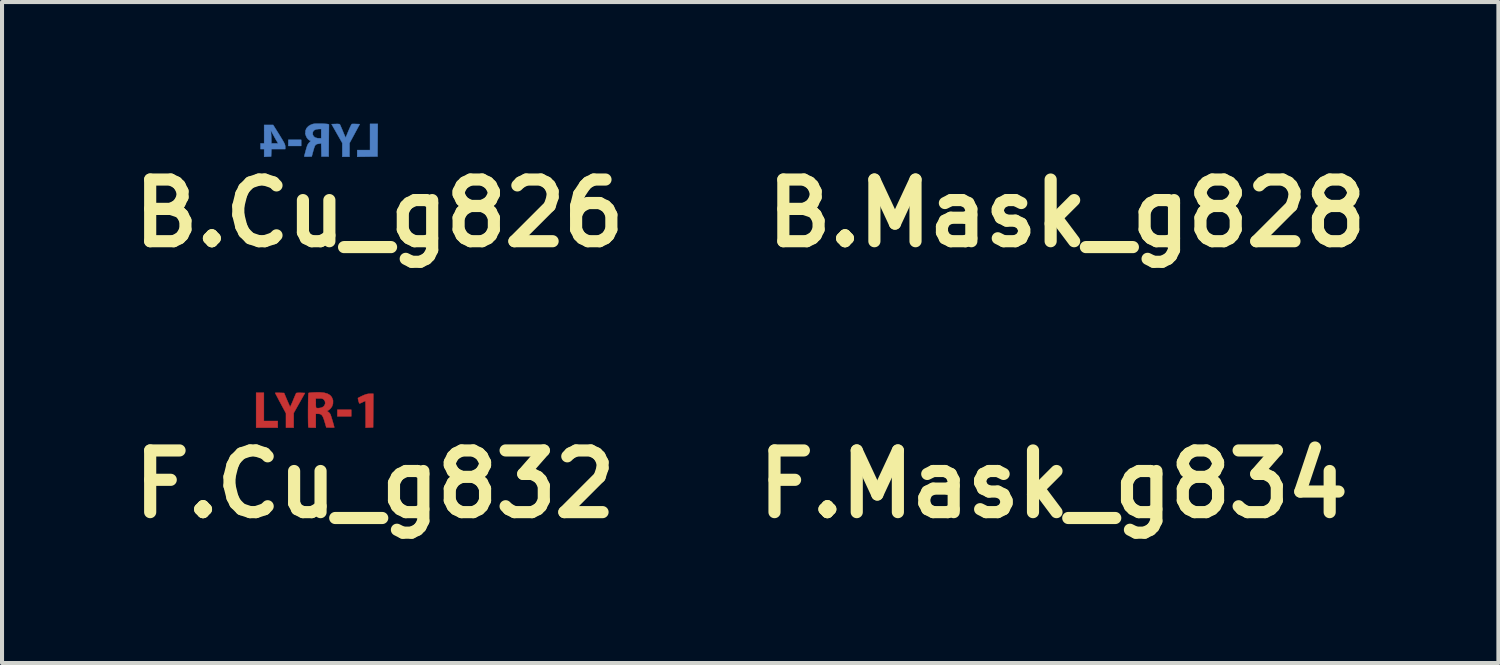
<source format=kicad_pcb>
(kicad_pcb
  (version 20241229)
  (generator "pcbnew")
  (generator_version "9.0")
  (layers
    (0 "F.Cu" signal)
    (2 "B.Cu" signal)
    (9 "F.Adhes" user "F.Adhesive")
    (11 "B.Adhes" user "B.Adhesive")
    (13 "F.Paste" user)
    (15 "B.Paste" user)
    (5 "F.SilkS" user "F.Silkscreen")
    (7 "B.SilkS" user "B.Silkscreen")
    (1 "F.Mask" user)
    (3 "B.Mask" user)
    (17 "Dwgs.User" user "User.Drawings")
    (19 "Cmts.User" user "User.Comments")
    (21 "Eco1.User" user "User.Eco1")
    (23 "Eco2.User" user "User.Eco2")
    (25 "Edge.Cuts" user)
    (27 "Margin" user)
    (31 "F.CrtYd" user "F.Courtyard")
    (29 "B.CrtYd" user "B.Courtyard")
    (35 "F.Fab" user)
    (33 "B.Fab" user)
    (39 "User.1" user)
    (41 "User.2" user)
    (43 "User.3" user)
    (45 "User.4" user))
  (footprint "B.Cu_g826"
    (layer "F.Cu")
    (at 6.321 2.22)
    (property "Reference" "B.Cu_g826" (at 0 0 0) (layer "F.SilkS") (effects (font (size 1.524 1.524) (thickness 0.3))))
    (attr through_hole)
    (fp_poly (pts (xy -1.93 -1.664) (xy -2.248 -1.664) (xy -2.248 -1.816) (xy -1.93 -1.816) (xy -1.93 -1.664)) (stroke (width 0.01) (type solid)) (fill yes) (layer "B.Cu"))
    (fp_poly (pts (xy -0.044 -1.403) (xy -0.546 -1.396) (xy -0.546 -1.562) (xy -0.229 -1.562) (xy -0.229 -2.21) (xy -0.038 -2.21) (xy -0.044 -1.403)) (stroke (width 0.01) (type solid)) (fill yes) (layer "B.Cu"))
    (fp_poly (pts (xy -2.623 -2.184) (xy -2.473 -1.944) (xy -2.424 -1.864) (xy -2.387 -1.803) (xy -2.36 -1.756) (xy -2.342 -1.721) (xy -2.331 -1.693) (xy -2.326 -1.671) (xy -2.324 -1.65) (xy -2.324 -1.646) (xy -2.324 -1.587) (xy -2.666 -1.587) (xy -2.673 -1.403) (xy -2.845 -1.396) (xy -2.845 -1.587) (xy -2.934 -1.587) (xy -2.934 -1.727) (xy -2.845 -1.727) (xy -2.845 -2.051) (xy -2.681 -2.051) (xy -2.674 -1.962) (xy -2.67 -1.903) (xy -2.668 -1.841) (xy -2.667 -1.8) (xy -2.667 -1.727) (xy -2.499 -1.727) (xy -2.535 -1.788) (xy -2.559 -1.828) (xy -2.588 -1.88) (xy -2.619 -1.936) (xy -2.626 -1.949) (xy -2.681 -2.051) (xy -2.845 -2.051) (xy -2.845 -2.184) (xy -2.623 -2.184)) (stroke (width 0.01) (type solid)) (fill yes) (layer "B.Cu"))
    (fp_poly (pts (xy -0.576 -2.207) (xy -0.574 -2.207) (xy -0.483 -2.203) (xy -0.609 -1.968) (xy -0.736 -1.734) (xy -0.736 -1.565) (xy -0.737 -1.397) (xy -0.914 -1.397) (xy -0.914 -1.737) (xy -1.047 -1.97) (xy -1.179 -2.203) (xy -1.083 -2.207) (xy -1.035 -2.208) (xy -0.998 -2.206) (xy -0.978 -2.202) (xy -0.977 -2.201) (xy -0.969 -2.186) (xy -0.954 -2.152) (xy -0.933 -2.104) (xy -0.908 -2.046) (xy -0.901 -2.029) (xy -0.877 -1.97) (xy -0.856 -1.922) (xy -0.841 -1.887) (xy -0.832 -1.871) (xy -0.831 -1.87) (xy -0.826 -1.882) (xy -0.812 -1.914) (xy -0.793 -1.96) (xy -0.77 -2.017) (xy -0.762 -2.036) (xy -0.736 -2.096) (xy -0.713 -2.147) (xy -0.694 -2.184) (xy -0.682 -2.203) (xy -0.68 -2.205) (xy -0.66 -2.208) (xy -0.623 -2.208) (xy -0.576 -2.207)) (stroke (width 0.01) (type solid)) (fill yes) (layer "B.Cu"))
    (fp_poly (pts (xy -1.467 -2.215) (xy -1.402 -2.214) (xy -1.345 -2.211) (xy -1.3 -2.208) (xy -1.274 -2.205) (xy -1.273 -2.204) (xy -1.244 -2.195) (xy -1.248 -1.799) (xy -1.251 -1.403) (xy -1.429 -1.403) (xy -1.432 -1.566) (xy -1.436 -1.729) (xy -1.489 -1.72) (xy -1.527 -1.714) (xy -1.554 -1.705) (xy -1.575 -1.69) (xy -1.592 -1.665) (xy -1.607 -1.627) (xy -1.624 -1.571) (xy -1.641 -1.511) (xy -1.67 -1.403) (xy -1.762 -1.4) (xy -1.807 -1.399) (xy -1.839 -1.401) (xy -1.854 -1.405) (xy -1.854 -1.406) (xy -1.851 -1.422) (xy -1.842 -1.456) (xy -1.829 -1.505) (xy -1.814 -1.56) (xy -1.795 -1.628) (xy -1.778 -1.676) (xy -1.761 -1.71) (xy -1.742 -1.736) (xy -1.733 -1.746) (xy -1.691 -1.788) (xy -1.721 -1.801) (xy -1.762 -1.832) (xy -1.797 -1.88) (xy -1.82 -1.937) (xy -1.826 -1.968) (xy -1.826 -1.969) (xy -1.648 -1.969) (xy -1.645 -1.949) (xy -1.625 -1.904) (xy -1.585 -1.872) (xy -1.527 -1.856) (xy -1.495 -1.854) (xy -1.435 -1.854) (xy -1.435 -2.083) (xy -1.491 -2.083) (xy -1.56 -2.075) (xy -1.609 -2.053) (xy -1.639 -2.017) (xy -1.648 -1.969) (xy -1.826 -1.969) (xy -1.823 -2.042) (xy -1.797 -2.104) (xy -1.749 -2.154) (xy -1.704 -2.181) (xy -1.673 -2.195) (xy -1.645 -2.205) (xy -1.615 -2.211) (xy -1.577 -2.214) (xy -1.524 -2.215) (xy -1.467 -2.215)) (stroke (width 0.01) (type solid)) (fill yes) (layer "B.Cu")))
  (footprint "F.Mask_g834"
    (layer "F.Cu")
    (at 22.979 8.913)
    (property "Reference" "F.Mask_g834" (at 0 0 0) (layer "F.SilkS") (effects (font (size 1.524 1.524) (thickness 0.3))))
    (attr through_hole)
    (fp_poly (pts (xy -0.584 -1.676) (xy -0.927 -1.676) (xy -0.927 -1.841) (xy -0.584 -1.841) (xy -0.584 -1.676)) (stroke (width 0.01) (type solid)) (fill yes) (layer "F.Mask"))
    (fp_poly (pts (xy -2.743 -1.562) (xy -2.4 -1.562) (xy -2.4 -1.397) (xy -2.934 -1.397) (xy -2.934 -2.261) (xy -2.743 -2.261) (xy -2.743 -1.562)) (stroke (width 0.01) (type solid)) (fill yes) (layer "F.Mask"))
    (fp_poly (pts (xy -0.041 -1.819) (xy -0.044 -1.403) (xy -0.229 -1.396) (xy -0.229 -1.727) (xy -0.229 -1.815) (xy -0.23 -1.895) (xy -0.231 -1.962) (xy -0.232 -2.014) (xy -0.234 -2.047) (xy -0.235 -2.057) (xy -0.25 -2.052) (xy -0.279 -2.038) (xy -0.305 -2.026) (xy -0.342 -2.008) (xy -0.37 -1.997) (xy -0.38 -1.994) (xy -0.387 -2.005) (xy -0.398 -2.032) (xy -0.408 -2.068) (xy -0.416 -2.103) (xy -0.419 -2.128) (xy -0.408 -2.135) (xy -0.379 -2.151) (xy -0.338 -2.171) (xy -0.309 -2.185) (xy -0.251 -2.21) (xy -0.206 -2.225) (xy -0.165 -2.233) (xy -0.121 -2.235) (xy -0.119 -2.235) (xy -0.038 -2.235) (xy -0.041 -1.819)) (stroke (width 0.01) (type solid)) (fill yes) (layer "F.Mask"))
    (fp_poly (pts (xy -2.376 -2.259) (xy -2.354 -2.258) (xy -2.243 -2.254) (xy -2.173 -2.087) (xy -2.147 -2.027) (xy -2.124 -1.975) (xy -2.107 -1.936) (xy -2.096 -1.915) (xy -2.095 -1.913) (xy -2.088 -1.921) (xy -2.074 -1.95) (xy -2.054 -1.993) (xy -2.03 -2.049) (xy -2.02 -2.074) (xy -1.995 -2.135) (xy -1.973 -2.187) (xy -1.956 -2.227) (xy -1.945 -2.249) (xy -1.943 -2.252) (xy -1.927 -2.256) (xy -1.892 -2.258) (xy -1.846 -2.258) (xy -1.831 -2.258) (xy -1.727 -2.254) (xy -2.006 -1.759) (xy -2.006 -1.578) (xy -2.007 -1.397) (xy -2.197 -1.397) (xy -2.197 -1.752) (xy -2.33 -2.001) (xy -2.369 -2.073) (xy -2.403 -2.138) (xy -2.431 -2.192) (xy -2.452 -2.231) (xy -2.463 -2.253) (xy -2.464 -2.256) (xy -2.452 -2.258) (xy -2.421 -2.259) (xy -2.376 -2.259)) (stroke (width 0.01) (type solid)) (fill yes) (layer "F.Mask"))
    (fp_poly (pts (xy -1.255 -2.26) (xy -1.172 -2.237) (xy -1.109 -2.201) (xy -1.066 -2.152) (xy -1.04 -2.09) (xy -1.034 -2.064) (xy -1.036 -1.99) (xy -1.059 -1.921) (xy -1.103 -1.862) (xy -1.146 -1.829) (xy -1.182 -1.807) (xy -1.15 -1.786) (xy -1.12 -1.758) (xy -1.1 -1.73) (xy -1.092 -1.708) (xy -1.079 -1.669) (xy -1.063 -1.618) (xy -1.046 -1.562) (xy -1.03 -1.507) (xy -1.016 -1.457) (xy -1.007 -1.421) (xy -1.003 -1.403) (xy -1.015 -1.4) (xy -1.046 -1.399) (xy -1.09 -1.399) (xy -1.102 -1.4) (xy -1.2 -1.403) (xy -1.241 -1.543) (xy -1.265 -1.619) (xy -1.288 -1.673) (xy -1.312 -1.708) (xy -1.34 -1.729) (xy -1.376 -1.738) (xy -1.404 -1.74) (xy -1.46 -1.74) (xy -1.46 -1.397) (xy -1.547 -1.397) (xy -1.592 -1.398) (xy -1.626 -1.401) (xy -1.643 -1.405) (xy -1.643 -1.405) (xy -1.645 -1.42) (xy -1.647 -1.457) (xy -1.649 -1.512) (xy -1.65 -1.58) (xy -1.651 -1.66) (xy -1.651 -1.746) (xy -1.651 -1.836) (xy -1.65 -1.926) (xy -1.649 -2.012) (xy -1.648 -2.09) (xy -1.647 -2.121) (xy -1.46 -2.121) (xy -1.46 -2.009) (xy -1.46 -1.958) (xy -1.457 -1.917) (xy -1.454 -1.892) (xy -1.452 -1.888) (xy -1.431 -1.881) (xy -1.394 -1.88) (xy -1.348 -1.886) (xy -1.318 -1.893) (xy -1.272 -1.916) (xy -1.242 -1.954) (xy -1.227 -1.998) (xy -1.232 -2.044) (xy -1.256 -2.085) (xy -1.263 -2.092) (xy -1.288 -2.109) (xy -1.318 -2.118) (xy -1.362 -2.121) (xy -1.379 -2.121) (xy -1.46 -2.121) (xy -1.647 -2.121) (xy -1.646 -2.157) (xy -1.644 -2.209) (xy -1.641 -2.242) (xy -1.639 -2.254) (xy -1.622 -2.258) (xy -1.585 -2.262) (xy -1.534 -2.266) (xy -1.483 -2.269) (xy -1.358 -2.27) (xy -1.255 -2.26)) (stroke (width 0.01) (type solid)) (fill yes) (layer "F.Mask")))
  (footprint "F.Cu_g832"
    (layer "F.Cu")
    (at 6.212 8.913)
    (property "Reference" "F.Cu_g832" (at 0 0 0) (layer "F.SilkS") (effects (font (size 1.524 1.524) (thickness 0.3))))
    (attr through_hole)
    (fp_poly (pts (xy -0.584 -1.676) (xy -0.927 -1.676) (xy -0.927 -1.841) (xy -0.584 -1.841) (xy -0.584 -1.676)) (stroke (width 0.01) (type solid)) (fill yes) (layer "F.Cu"))
    (fp_poly (pts (xy -2.743 -1.562) (xy -2.4 -1.562) (xy -2.4 -1.397) (xy -2.934 -1.397) (xy -2.934 -2.261) (xy -2.743 -2.261) (xy -2.743 -1.562)) (stroke (width 0.01) (type solid)) (fill yes) (layer "F.Cu"))
    (fp_poly (pts (xy -0.041 -1.819) (xy -0.044 -1.403) (xy -0.229 -1.396) (xy -0.229 -1.727) (xy -0.229 -1.815) (xy -0.23 -1.895) (xy -0.231 -1.962) (xy -0.232 -2.014) (xy -0.234 -2.047) (xy -0.235 -2.057) (xy -0.25 -2.052) (xy -0.279 -2.038) (xy -0.305 -2.026) (xy -0.342 -2.008) (xy -0.37 -1.997) (xy -0.38 -1.994) (xy -0.387 -2.005) (xy -0.398 -2.032) (xy -0.408 -2.068) (xy -0.416 -2.103) (xy -0.419 -2.128) (xy -0.408 -2.135) (xy -0.379 -2.151) (xy -0.338 -2.171) (xy -0.309 -2.185) (xy -0.251 -2.21) (xy -0.206 -2.225) (xy -0.165 -2.233) (xy -0.121 -2.235) (xy -0.119 -2.235) (xy -0.038 -2.235) (xy -0.041 -1.819)) (stroke (width 0.01) (type solid)) (fill yes) (layer "F.Cu"))
    (fp_poly (pts (xy -2.376 -2.259) (xy -2.354 -2.258) (xy -2.243 -2.254) (xy -2.173 -2.087) (xy -2.147 -2.027) (xy -2.124 -1.975) (xy -2.107 -1.936) (xy -2.096 -1.915) (xy -2.095 -1.913) (xy -2.088 -1.921) (xy -2.074 -1.95) (xy -2.054 -1.993) (xy -2.03 -2.049) (xy -2.02 -2.074) (xy -1.995 -2.135) (xy -1.973 -2.187) (xy -1.956 -2.227) (xy -1.945 -2.249) (xy -1.943 -2.252) (xy -1.927 -2.256) (xy -1.892 -2.258) (xy -1.846 -2.258) (xy -1.831 -2.258) (xy -1.727 -2.254) (xy -2.006 -1.759) (xy -2.006 -1.578) (xy -2.007 -1.397) (xy -2.197 -1.397) (xy -2.197 -1.752) (xy -2.33 -2.001) (xy -2.369 -2.073) (xy -2.403 -2.138) (xy -2.431 -2.192) (xy -2.452 -2.231) (xy -2.463 -2.253) (xy -2.464 -2.256) (xy -2.452 -2.258) (xy -2.421 -2.259) (xy -2.376 -2.259)) (stroke (width 0.01) (type solid)) (fill yes) (layer "F.Cu"))
    (fp_poly (pts (xy -1.255 -2.26) (xy -1.172 -2.237) (xy -1.109 -2.201) (xy -1.066 -2.152) (xy -1.04 -2.09) (xy -1.034 -2.064) (xy -1.036 -1.99) (xy -1.059 -1.921) (xy -1.103 -1.862) (xy -1.146 -1.829) (xy -1.182 -1.807) (xy -1.15 -1.786) (xy -1.12 -1.758) (xy -1.1 -1.73) (xy -1.092 -1.708) (xy -1.079 -1.669) (xy -1.063 -1.618) (xy -1.046 -1.562) (xy -1.03 -1.507) (xy -1.016 -1.457) (xy -1.007 -1.421) (xy -1.003 -1.403) (xy -1.015 -1.4) (xy -1.046 -1.399) (xy -1.09 -1.399) (xy -1.102 -1.4) (xy -1.2 -1.403) (xy -1.241 -1.543) (xy -1.265 -1.619) (xy -1.288 -1.673) (xy -1.312 -1.708) (xy -1.34 -1.729) (xy -1.376 -1.738) (xy -1.404 -1.74) (xy -1.46 -1.74) (xy -1.46 -1.397) (xy -1.547 -1.397) (xy -1.592 -1.398) (xy -1.626 -1.401) (xy -1.643 -1.405) (xy -1.643 -1.405) (xy -1.645 -1.42) (xy -1.647 -1.457) (xy -1.649 -1.512) (xy -1.65 -1.58) (xy -1.651 -1.66) (xy -1.651 -1.746) (xy -1.651 -1.836) (xy -1.65 -1.926) (xy -1.649 -2.012) (xy -1.648 -2.09) (xy -1.647 -2.121) (xy -1.46 -2.121) (xy -1.46 -2.009) (xy -1.46 -1.958) (xy -1.457 -1.917) (xy -1.454 -1.892) (xy -1.452 -1.888) (xy -1.431 -1.881) (xy -1.394 -1.88) (xy -1.348 -1.886) (xy -1.318 -1.893) (xy -1.272 -1.916) (xy -1.242 -1.954) (xy -1.227 -1.998) (xy -1.232 -2.044) (xy -1.256 -2.085) (xy -1.263 -2.092) (xy -1.288 -2.109) (xy -1.318 -2.118) (xy -1.362 -2.121) (xy -1.379 -2.121) (xy -1.46 -2.121) (xy -1.647 -2.121) (xy -1.646 -2.157) (xy -1.644 -2.209) (xy -1.641 -2.242) (xy -1.639 -2.254) (xy -1.622 -2.258) (xy -1.585 -2.262) (xy -1.534 -2.266) (xy -1.483 -2.269) (xy -1.358 -2.27) (xy -1.255 -2.26)) (stroke (width 0.01) (type solid)) (fill yes) (layer "F.Cu")))
  (footprint "B.Mask_g828"
    (layer "F.Cu")
    (at 23.306 2.22)
    (property "Reference" "B.Mask_g828" (at 0 0 0) (layer "F.SilkS") (effects (font (size 1.524 1.524) (thickness 0.3))))
    (attr through_hole)
    (fp_poly (pts (xy -1.93 -1.664) (xy -2.248 -1.664) (xy -2.248 -1.816) (xy -1.93 -1.816) (xy -1.93 -1.664)) (stroke (width 0.01) (type solid)) (fill yes) (layer "B.Mask"))
    (fp_poly (pts (xy -0.044 -1.403) (xy -0.546 -1.396) (xy -0.546 -1.562) (xy -0.229 -1.562) (xy -0.229 -2.21) (xy -0.038 -2.21) (xy -0.044 -1.403)) (stroke (width 0.01) (type solid)) (fill yes) (layer "B.Mask"))
    (fp_poly (pts (xy -2.623 -2.184) (xy -2.473 -1.944) (xy -2.424 -1.864) (xy -2.387 -1.803) (xy -2.36 -1.756) (xy -2.342 -1.721) (xy -2.331 -1.693) (xy -2.326 -1.671) (xy -2.324 -1.65) (xy -2.324 -1.646) (xy -2.324 -1.587) (xy -2.666 -1.587) (xy -2.673 -1.403) (xy -2.845 -1.396) (xy -2.845 -1.587) (xy -2.934 -1.587) (xy -2.934 -1.727) (xy -2.845 -1.727) (xy -2.845 -2.051) (xy -2.681 -2.051) (xy -2.674 -1.962) (xy -2.67 -1.903) (xy -2.668 -1.841) (xy -2.667 -1.8) (xy -2.667 -1.727) (xy -2.499 -1.727) (xy -2.535 -1.788) (xy -2.559 -1.828) (xy -2.588 -1.88) (xy -2.619 -1.936) (xy -2.626 -1.949) (xy -2.681 -2.051) (xy -2.845 -2.051) (xy -2.845 -2.184) (xy -2.623 -2.184)) (stroke (width 0.01) (type solid)) (fill yes) (layer "B.Mask"))
    (fp_poly (pts (xy -0.576 -2.207) (xy -0.574 -2.207) (xy -0.483 -2.203) (xy -0.609 -1.968) (xy -0.736 -1.734) (xy -0.736 -1.565) (xy -0.737 -1.397) (xy -0.914 -1.397) (xy -0.914 -1.737) (xy -1.047 -1.97) (xy -1.179 -2.203) (xy -1.083 -2.207) (xy -1.035 -2.208) (xy -0.998 -2.206) (xy -0.978 -2.202) (xy -0.977 -2.201) (xy -0.969 -2.186) (xy -0.954 -2.152) (xy -0.933 -2.104) (xy -0.908 -2.046) (xy -0.901 -2.029) (xy -0.877 -1.97) (xy -0.856 -1.922) (xy -0.841 -1.887) (xy -0.832 -1.871) (xy -0.831 -1.87) (xy -0.826 -1.882) (xy -0.812 -1.914) (xy -0.793 -1.96) (xy -0.77 -2.017) (xy -0.762 -2.036) (xy -0.736 -2.096) (xy -0.713 -2.147) (xy -0.694 -2.184) (xy -0.682 -2.203) (xy -0.68 -2.205) (xy -0.66 -2.208) (xy -0.623 -2.208) (xy -0.576 -2.207)) (stroke (width 0.01) (type solid)) (fill yes) (layer "B.Mask"))
    (fp_poly (pts (xy -1.467 -2.215) (xy -1.402 -2.214) (xy -1.345 -2.211) (xy -1.3 -2.208) (xy -1.274 -2.205) (xy -1.273 -2.204) (xy -1.244 -2.195) (xy -1.248 -1.799) (xy -1.251 -1.403) (xy -1.429 -1.403) (xy -1.432 -1.566) (xy -1.436 -1.729) (xy -1.489 -1.72) (xy -1.527 -1.714) (xy -1.554 -1.705) (xy -1.575 -1.69) (xy -1.592 -1.665) (xy -1.607 -1.627) (xy -1.624 -1.571) (xy -1.641 -1.511) (xy -1.67 -1.403) (xy -1.762 -1.4) (xy -1.807 -1.399) (xy -1.839 -1.401) (xy -1.854 -1.405) (xy -1.854 -1.406) (xy -1.851 -1.422) (xy -1.842 -1.456) (xy -1.829 -1.505) (xy -1.814 -1.56) (xy -1.795 -1.628) (xy -1.778 -1.676) (xy -1.761 -1.71) (xy -1.742 -1.736) (xy -1.733 -1.746) (xy -1.691 -1.788) (xy -1.721 -1.801) (xy -1.762 -1.832) (xy -1.797 -1.88) (xy -1.82 -1.937) (xy -1.826 -1.968) (xy -1.826 -1.969) (xy -1.648 -1.969) (xy -1.645 -1.949) (xy -1.625 -1.904) (xy -1.585 -1.872) (xy -1.527 -1.856) (xy -1.495 -1.854) (xy -1.435 -1.854) (xy -1.435 -2.083) (xy -1.491 -2.083) (xy -1.56 -2.075) (xy -1.609 -2.053) (xy -1.639 -2.017) (xy -1.648 -1.969) (xy -1.826 -1.969) (xy -1.823 -2.042) (xy -1.797 -2.104) (xy -1.749 -2.154) (xy -1.704 -2.181) (xy -1.673 -2.195) (xy -1.645 -2.205) (xy -1.615 -2.211) (xy -1.577 -2.214) (xy -1.524 -2.215) (xy -1.467 -2.215)) (stroke (width 0.01) (type solid)) (fill yes) (layer "B.Mask")))
  (gr_rect
    (start -3 -3)
    (end 33.969 13.331)
    (stroke (width 0.1) (type default))
    (fill no)
    (layer "Edge.Cuts")))
</source>
